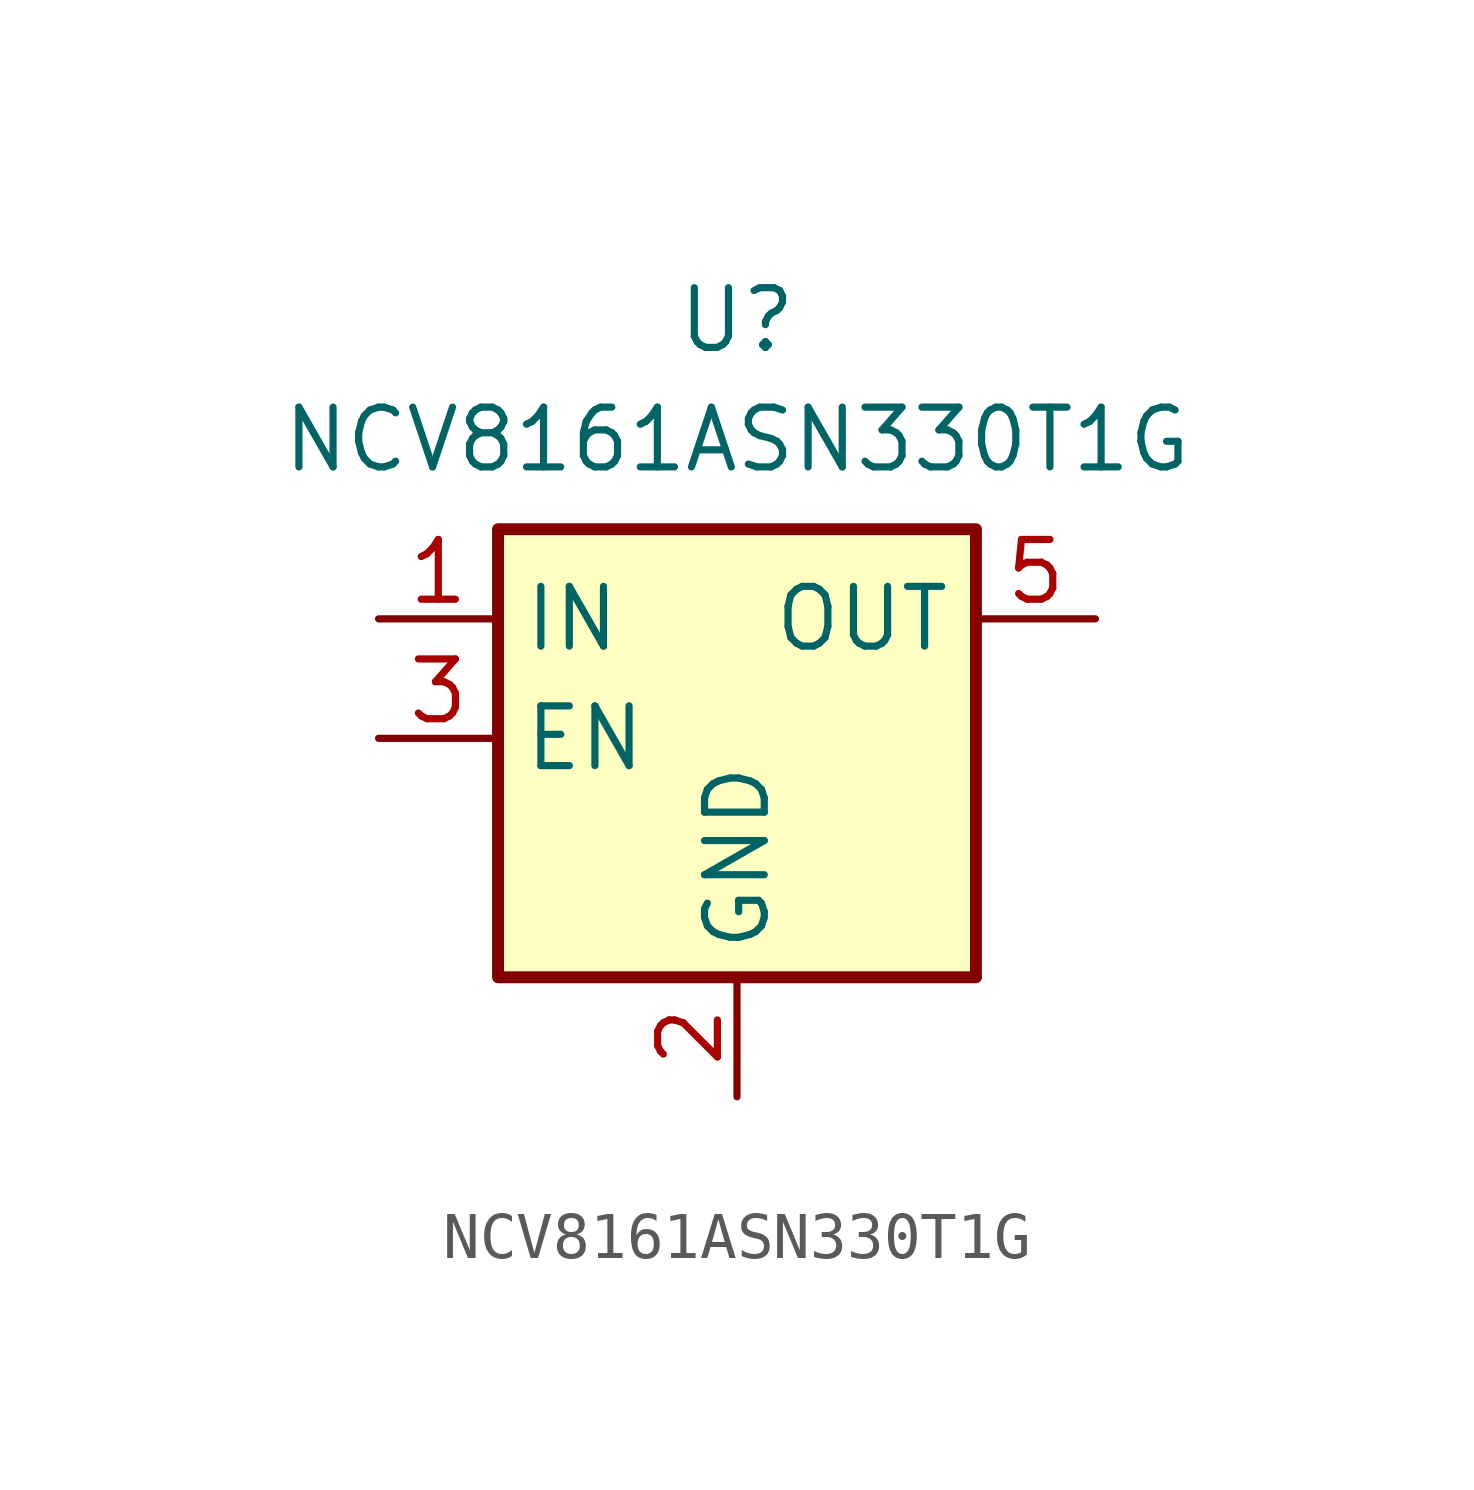
<source format=kicad_sym>
(kicad_symbol_lib
  (version 20211014)
  (generator kicad_symbol_editor)
  (symbol "NCV8161ASN330T1G"
    (property "Reference" "U"
      (at 0 8.89 0)
      (effects (font (size 1.27 1.27))))
    (property "Value" "NCV8161ASN330T1G"
      (at 0 6.35 0)
      (effects (font (size 1.27 1.27))))
    (symbol "NCV8161ASN330T1G_0_1"
      (rectangle (start -5.08 4.445) (end 5.08 -5.08) (stroke (width 0.254) (type default) (color 0 0 0 0)) (fill (type background))))
    (symbol "NCV8161ASN330T1G_1_1"
      (pin power_in line (at -7.62 2.54 0) (length 2.54) (name "IN" (effects (font (size 1.27 1.27)))) (number "1" (effects (font (size 1.27 1.27)))))
      (pin power_in line (at 0 -7.62 90) (length 2.54) (name "GND" (effects (font (size 1.27 1.27)))) (number "2" (effects (font (size 1.27 1.27)))))
      (pin input line (at -7.62 0 0) (length 2.54) (name "EN" (effects (font (size 1.27 1.27)))) (number "3" (effects (font (size 1.27 1.27)))))
      (pin no_connect line (at 5.08 0 180) (length 2.54) hide (name "NC" (effects (font (size 1.27 1.27)))) (number "4" (effects (font (size 1.27 1.27)))))
      (pin power_out line (at 7.62 2.54 180) (length 2.54) (name "OUT" (effects (font (size 1.27 1.27)))) (number "5" (effects (font (size 1.27 1.27))))))))
</source>
